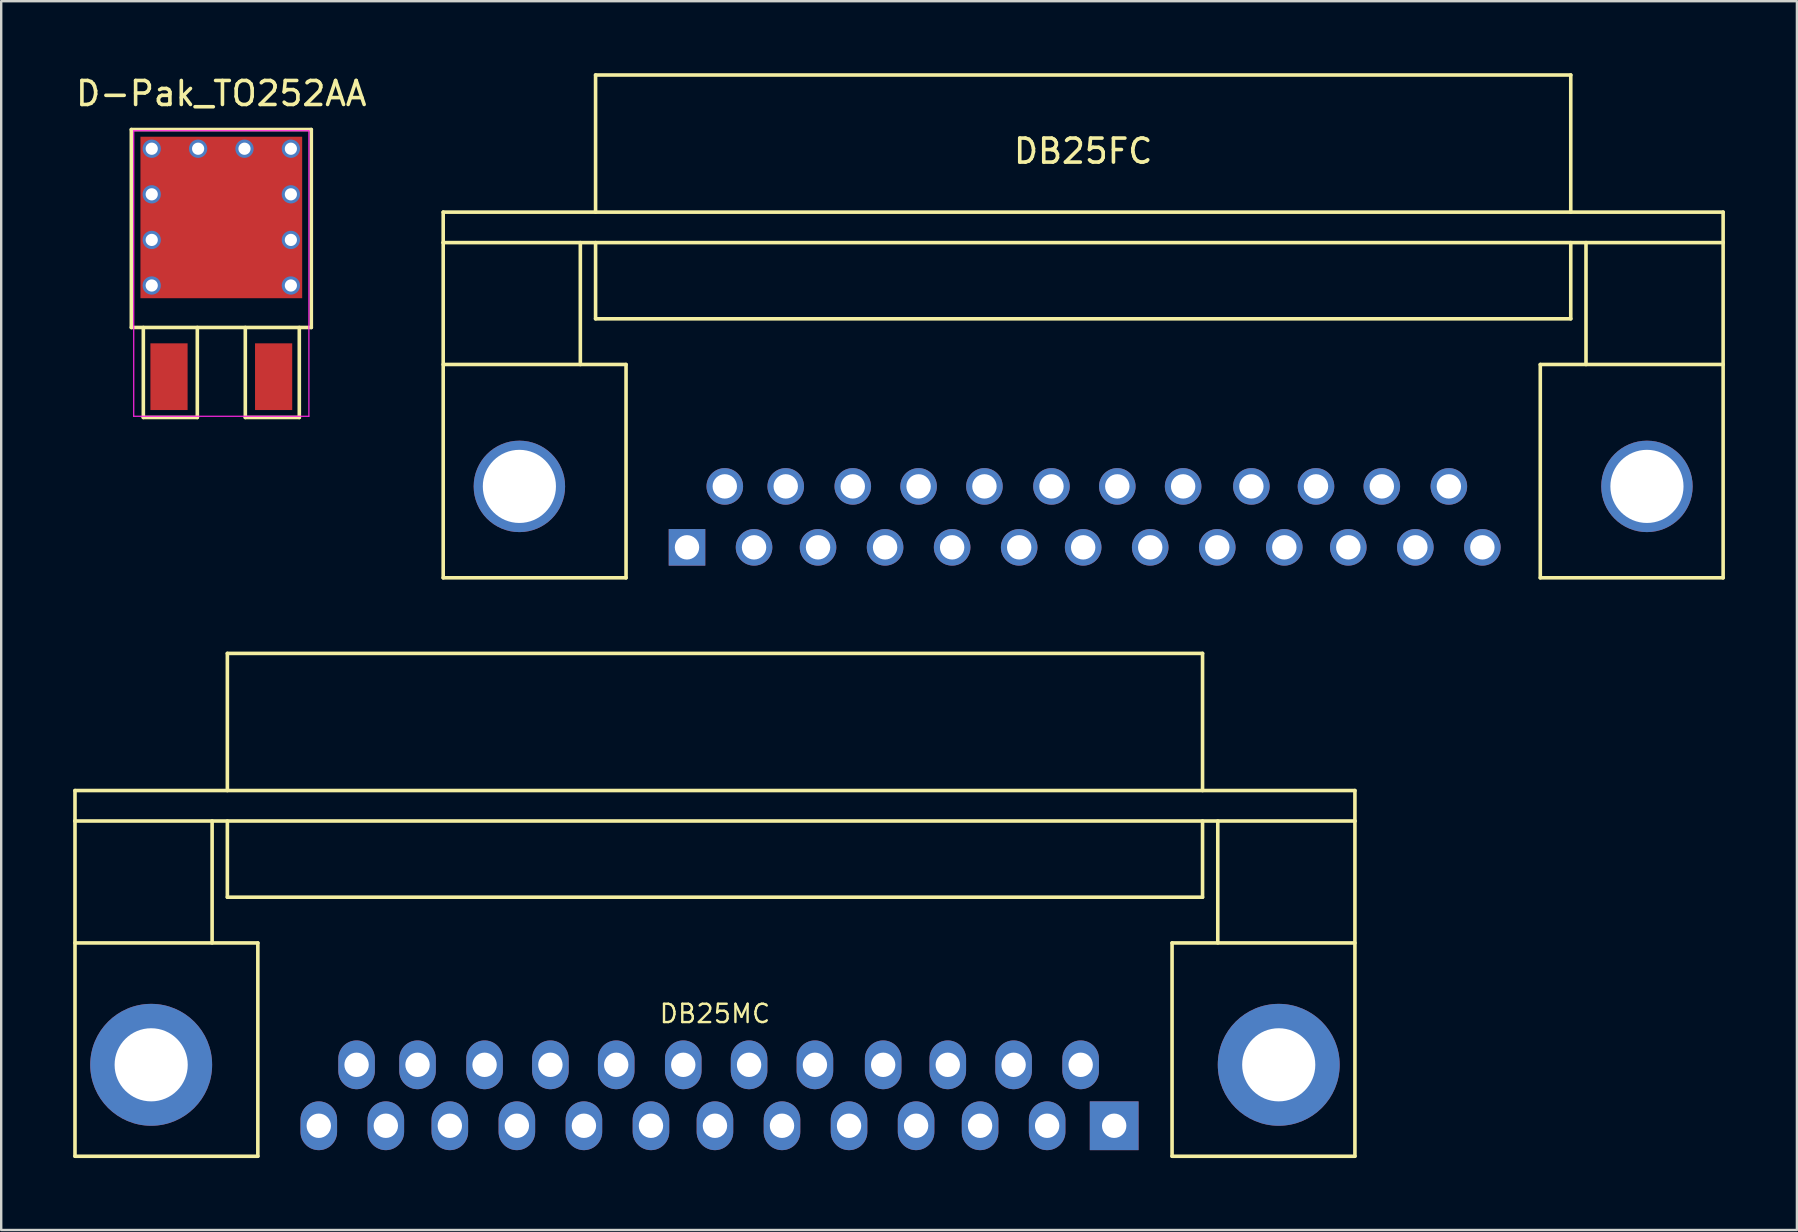
<source format=kicad_pcb>
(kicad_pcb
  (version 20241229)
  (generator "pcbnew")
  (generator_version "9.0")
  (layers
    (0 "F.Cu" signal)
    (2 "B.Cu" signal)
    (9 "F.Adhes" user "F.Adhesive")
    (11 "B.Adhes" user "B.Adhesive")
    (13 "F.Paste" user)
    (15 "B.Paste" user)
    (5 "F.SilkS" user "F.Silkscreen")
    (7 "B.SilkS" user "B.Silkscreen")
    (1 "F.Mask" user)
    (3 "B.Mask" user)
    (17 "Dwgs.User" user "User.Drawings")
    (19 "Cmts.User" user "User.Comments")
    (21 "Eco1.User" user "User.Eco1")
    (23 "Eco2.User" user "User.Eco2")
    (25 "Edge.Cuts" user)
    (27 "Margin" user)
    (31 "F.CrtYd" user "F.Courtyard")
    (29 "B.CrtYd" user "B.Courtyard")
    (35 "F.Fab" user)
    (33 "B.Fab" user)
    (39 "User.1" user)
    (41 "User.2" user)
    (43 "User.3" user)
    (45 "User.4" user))
  (footprint "DB25MC"
    (layer "F.Cu")
    (at 26.745 42.595)
    (property "Reference" "DB25MC" (at 0 -3.4 0) (layer "F.SilkS") (effects (font (size 0.762 0.762) (thickness 0.1))))
    (attr through_hole)
    (fp_line (start -26.67 -12.7) (end -26.67 -11.43) (stroke (width 0.15) (type solid)) (layer "F.SilkS"))
    (fp_line (start -26.67 -11.43) (end 26.67 -11.43) (stroke (width 0.15) (type solid)) (layer "F.SilkS"))
    (fp_line (start -26.67 -6.35) (end -19.05 -6.35) (stroke (width 0.15) (type solid)) (layer "F.SilkS"))
    (fp_line (start -26.67 2.54) (end -26.67 -11.43) (stroke (width 0.15) (type solid)) (layer "F.SilkS"))
    (fp_line (start -26.67 2.54) (end -19.05 2.54) (stroke (width 0.15) (type solid)) (layer "F.SilkS"))
    (fp_line (start -20.955 -11.43) (end -20.955 -6.35) (stroke (width 0.15) (type solid)) (layer "F.SilkS"))
    (fp_line (start -20.32 -18.415) (end -20.32 -12.7) (stroke (width 0.15) (type solid)) (layer "F.SilkS"))
    (fp_line (start -20.32 -18.415) (end 20.32 -18.415) (stroke (width 0.15) (type solid)) (layer "F.SilkS"))
    (fp_line (start -20.32 -8.255) (end -20.32 -11.43) (stroke (width 0.15) (type solid)) (layer "F.SilkS"))
    (fp_line (start -20.32 -8.255) (end 20.32 -8.255) (stroke (width 0.15) (type solid)) (layer "F.SilkS"))
    (fp_line (start -19.05 -6.35) (end -19.05 2.54) (stroke (width 0.15) (type solid)) (layer "F.SilkS"))
    (fp_line (start 19.05 -6.35) (end 19.05 2.54) (stroke (width 0.15) (type solid)) (layer "F.SilkS"))
    (fp_line (start 19.05 2.54) (end 26.67 2.54) (stroke (width 0.15) (type solid)) (layer "F.SilkS"))
    (fp_line (start 20.32 -18.415) (end 20.32 -12.7) (stroke (width 0.15) (type solid)) (layer "F.SilkS"))
    (fp_line (start 20.32 -8.255) (end 20.32 -11.43) (stroke (width 0.15) (type solid)) (layer "F.SilkS"))
    (fp_line (start 20.955 -11.43) (end 20.955 -6.35) (stroke (width 0.15) (type solid)) (layer "F.SilkS"))
    (fp_line (start 26.67 -12.7) (end -26.67 -12.7) (stroke (width 0.15) (type solid)) (layer "F.SilkS"))
    (fp_line (start 26.67 -11.43) (end 26.67 -12.7) (stroke (width 0.15) (type solid)) (layer "F.SilkS"))
    (fp_line (start 26.67 -11.43) (end 26.67 2.54) (stroke (width 0.15) (type solid)) (layer "F.SilkS"))
    (fp_line (start 26.67 -6.35) (end 19.05 -6.35) (stroke (width 0.15) (type solid)) (layer "F.SilkS"))
    (pad "0" thru_hole circle (at -23.495 -1.27) (size 5.08 5.08) (drill 3.048) (layers "*.Cu" "*.Mask"))
    (pad "0" thru_hole circle (at 23.495 -1.27) (size 5.08 5.08) (drill 3.048) (layers "*.Cu" "*.Mask"))
    (pad "1" thru_hole rect (at 16.637 1.27) (size 2.032 2.032) (drill 1.016) (layers "*.Cu" "*.Mask"))
    (pad "2" thru_hole oval (at 13.843 1.27) (size 1.524 2.032) (drill 1.016) (layers "*.Cu" "*.Mask"))
    (pad "3" thru_hole oval (at 11.049 1.27) (size 1.524 2.032) (drill 1.016) (layers "*.Cu" "*.Mask"))
    (pad "4" thru_hole oval (at 8.382 1.27) (size 1.524 2.032) (drill 1.016) (layers "*.Cu" "*.Mask"))
    (pad "5" thru_hole oval (at 5.588 1.27) (size 1.524 2.032) (drill 1.016) (layers "*.Cu" "*.Mask"))
    (pad "6" thru_hole oval (at 2.794 1.27) (size 1.524 2.032) (drill 1.016) (layers "*.Cu" "*.Mask"))
    (pad "7" thru_hole oval (at 0 1.27) (size 1.524 2.032) (drill 1.016) (layers "*.Cu" "*.Mask"))
    (pad "8" thru_hole oval (at -2.667 1.27) (size 1.524 2.032) (drill 1.016) (layers "*.Cu" "*.Mask"))
    (pad "9" thru_hole oval (at -5.461 1.27) (size 1.524 2.032) (drill 1.016) (layers "*.Cu" "*.Mask"))
    (pad "10" thru_hole oval (at -8.255 1.27) (size 1.524 2.032) (drill 1.016) (layers "*.Cu" "*.Mask"))
    (pad "11" thru_hole oval (at -11.049 1.27) (size 1.524 2.032) (drill 1.016) (layers "*.Cu" "*.Mask"))
    (pad "12" thru_hole oval (at -13.716 1.27) (size 1.524 2.032) (drill 1.016) (layers "*.Cu" "*.Mask"))
    (pad "13" thru_hole oval (at -16.51 1.27) (size 1.524 2.032) (drill 1.016) (layers "*.Cu" "*.Mask"))
    (pad "14" thru_hole oval (at 15.24 -1.27) (size 1.524 2.032) (drill 1.016) (layers "*.Cu" "*.Mask"))
    (pad "15" thru_hole oval (at 12.446 -1.27) (size 1.524 2.032) (drill 1.016) (layers "*.Cu" "*.Mask"))
    (pad "16" thru_hole oval (at 9.703 -1.27) (size 1.524 2.032) (drill 1.016) (layers "*.Cu" "*.Mask"))
    (pad "17" thru_hole oval (at 7.01 -1.27) (size 1.524 2.032) (drill 1.016) (layers "*.Cu" "*.Mask"))
    (pad "18" thru_hole oval (at 4.166 -1.27) (size 1.524 2.032) (drill 1.016) (layers "*.Cu" "*.Mask"))
    (pad "19" thru_hole oval (at 1.422 -1.27) (size 1.524 2.032) (drill 1.016) (layers "*.Cu" "*.Mask"))
    (pad "20" thru_hole oval (at -1.321 -1.27) (size 1.524 2.032) (drill 1.016) (layers "*.Cu" "*.Mask"))
    (pad "21" thru_hole oval (at -4.115 -1.27) (size 1.524 2.032) (drill 1.016) (layers "*.Cu" "*.Mask"))
    (pad "22" thru_hole oval (at -6.858 -1.27) (size 1.524 2.032) (drill 1.016) (layers "*.Cu" "*.Mask"))
    (pad "23" thru_hole oval (at -9.601 -1.27) (size 1.524 2.032) (drill 1.016) (layers "*.Cu" "*.Mask"))
    (pad "24" thru_hole oval (at -12.395 -1.27) (size 1.524 2.032) (drill 1.016) (layers "*.Cu" "*.Mask"))
    (pad "25" thru_hole oval (at -14.935 -1.27) (size 1.524 2.032) (drill 1.016) (layers "*.Cu" "*.Mask")))
  (footprint "D-Pak_TO252AA"
    (layer "F.Cu")
    (at 6.173 8.348)
    (property "Reference" "D-Pak_TO252AA" (at 0 -7.5 0) (layer "F.SilkS") (effects (font (size 1 1) (thickness 0.15))))
    (attr smd)
    (fp_line (start -3.75 -6) (end 3.75 -6) (stroke (width 0.15) (type solid)) (layer "F.SilkS"))
    (fp_line (start -3.75 2.25) (end -3.75 -6) (stroke (width 0.15) (type solid)) (layer "F.SilkS"))
    (fp_line (start -3.25 2.25) (end -3.25 6) (stroke (width 0.15) (type solid)) (layer "F.SilkS"))
    (fp_line (start -3.25 6) (end -1 6) (stroke (width 0.15) (type solid)) (layer "F.SilkS"))
    (fp_line (start -1 6) (end -1 2.25) (stroke (width 0.15) (type solid)) (layer "F.SilkS"))
    (fp_line (start 1 2.25) (end 1 6) (stroke (width 0.15) (type solid)) (layer "F.SilkS"))
    (fp_line (start 1 6) (end 3.25 6) (stroke (width 0.15) (type solid)) (layer "F.SilkS"))
    (fp_line (start 3.25 6) (end 3.25 2.25) (stroke (width 0.15) (type solid)) (layer "F.SilkS"))
    (fp_line (start 3.75 -6) (end 3.75 2.25) (stroke (width 0.15) (type solid)) (layer "F.SilkS"))
    (fp_line (start 3.75 2.25) (end -3.75 2.25) (stroke (width 0.15) (type solid)) (layer "F.SilkS"))
    (fp_line (start -3.65 -5.95) (end 3.65 -5.95) (stroke (width 0.05) (type solid)) (layer "F.CrtYd"))
    (fp_line (start -3.65 5.95) (end -3.65 -5.95) (stroke (width 0.05) (type solid)) (layer "F.CrtYd"))
    (fp_line (start 3.65 -5.95) (end 3.65 5.95) (stroke (width 0.05) (type solid)) (layer "F.CrtYd"))
    (fp_line (start 3.65 5.95) (end -3.65 5.95) (stroke (width 0.05) (type solid)) (layer "F.CrtYd"))
    (pad "" smd rect (at -1.4 -3.8) (size 2 2) (layers "F.Paste"))
    (pad "" smd rect (at -1.4 -1) (size 2 2) (layers "F.Paste"))
    (pad "" smd rect (at 1.4 -3.8) (size 2 2) (layers "F.Paste"))
    (pad "" smd rect (at 1.4 -1) (size 2 2) (layers "F.Paste"))
    (pad "1" smd rect (at -2.18 4.3) (size 1.55 2.78) (layers "F.Cu" "F.Mask" "F.Paste"))
    (pad "2" thru_hole circle (at -2.9 -5.2) (size 0.762 0.762) (drill 0.508) (layers "*.Cu" "*.Mask"))
    (pad "2" thru_hole circle (at -2.9 -3.3) (size 0.762 0.762) (drill 0.508) (layers "*.Cu" "*.Mask"))
    (pad "2" thru_hole circle (at -2.9 -1.4) (size 0.762 0.762) (drill 0.508) (layers "*.Cu" "*.Mask"))
    (pad "2" thru_hole circle (at -2.9 0.5) (size 0.762 0.762) (drill 0.508) (layers "*.Cu" "*.Mask"))
    (pad "2" thru_hole circle (at -0.967 -5.2) (size 0.762 0.762) (drill 0.508) (layers "*.Cu" "*.Mask"))
    (pad "2" smd rect (at 0 -2.335) (size 6.74 6.73) (layers "F.Cu" "F.Mask"))
    (pad "2" thru_hole circle (at 0.966 -5.2) (size 0.762 0.762) (drill 0.508) (layers "*.Cu" "*.Mask"))
    (pad "2" thru_hole circle (at 2.899 -5.2) (size 0.762 0.762) (drill 0.508) (layers "*.Cu" "*.Mask"))
    (pad "2" thru_hole circle (at 2.899 -3.3) (size 0.762 0.762) (drill 0.508) (layers "*.Cu" "*.Mask"))
    (pad "2" thru_hole circle (at 2.899 -1.4) (size 0.762 0.762) (drill 0.508) (layers "*.Cu" "*.Mask"))
    (pad "2" thru_hole circle (at 2.899 0.5) (size 0.762 0.762) (drill 0.508) (layers "*.Cu" "*.Mask"))
    (pad "3" smd rect (at 2.18 4.3) (size 1.55 2.78) (layers "F.Cu" "F.Mask" "F.Paste")))
  (footprint "DB25FC"
    (layer "F.Cu")
    (at 42.09 18.49)
    (property "Reference" "DB25FC" (at 0 -15.24 0) (layer "F.SilkS") (effects (font (size 1 1) (thickness 0.15))))
    (attr through_hole)
    (fp_line (start -26.67 -12.7) (end -26.67 -11.43) (stroke (width 0.15) (type solid)) (layer "F.SilkS"))
    (fp_line (start -26.67 -11.43) (end 26.67 -11.43) (stroke (width 0.15) (type solid)) (layer "F.SilkS"))
    (fp_line (start -26.67 -6.35) (end -19.05 -6.35) (stroke (width 0.15) (type solid)) (layer "F.SilkS"))
    (fp_line (start -26.67 2.54) (end -26.67 -11.43) (stroke (width 0.15) (type solid)) (layer "F.SilkS"))
    (fp_line (start -26.67 2.54) (end -19.05 2.54) (stroke (width 0.15) (type solid)) (layer "F.SilkS"))
    (fp_line (start -20.955 -11.43) (end -20.955 -6.35) (stroke (width 0.15) (type solid)) (layer "F.SilkS"))
    (fp_line (start -20.32 -18.415) (end -20.32 -12.7) (stroke (width 0.15) (type solid)) (layer "F.SilkS"))
    (fp_line (start -20.32 -18.415) (end 20.32 -18.415) (stroke (width 0.15) (type solid)) (layer "F.SilkS"))
    (fp_line (start -20.32 -8.255) (end -20.32 -11.43) (stroke (width 0.15) (type solid)) (layer "F.SilkS"))
    (fp_line (start -20.32 -8.255) (end 20.32 -8.255) (stroke (width 0.15) (type solid)) (layer "F.SilkS"))
    (fp_line (start -19.05 -6.35) (end -19.05 2.54) (stroke (width 0.15) (type solid)) (layer "F.SilkS"))
    (fp_line (start 19.05 -6.35) (end 19.05 2.54) (stroke (width 0.15) (type solid)) (layer "F.SilkS"))
    (fp_line (start 19.05 2.54) (end 26.67 2.54) (stroke (width 0.15) (type solid)) (layer "F.SilkS"))
    (fp_line (start 20.32 -18.415) (end 20.32 -12.7) (stroke (width 0.15) (type solid)) (layer "F.SilkS"))
    (fp_line (start 20.32 -8.255) (end 20.32 -11.43) (stroke (width 0.15) (type solid)) (layer "F.SilkS"))
    (fp_line (start 20.955 -11.43) (end 20.955 -6.35) (stroke (width 0.15) (type solid)) (layer "F.SilkS"))
    (fp_line (start 26.67 -12.7) (end -26.67 -12.7) (stroke (width 0.15) (type solid)) (layer "F.SilkS"))
    (fp_line (start 26.67 -11.43) (end 26.67 -12.7) (stroke (width 0.15) (type solid)) (layer "F.SilkS"))
    (fp_line (start 26.67 -11.43) (end 26.67 2.54) (stroke (width 0.15) (type solid)) (layer "F.SilkS"))
    (fp_line (start 26.67 -6.35) (end 19.05 -6.35) (stroke (width 0.15) (type solid)) (layer "F.SilkS"))
    (pad "0" thru_hole circle (at -23.495 -1.27) (size 3.81 3.81) (drill 3.048) (layers "*.Cu" "*.Mask"))
    (pad "0" thru_hole circle (at 23.495 -1.27) (size 3.81 3.81) (drill 3.048) (layers "*.Cu" "*.Mask"))
    (pad "1" thru_hole rect (at -16.51 1.27) (size 1.524 1.524) (drill 1.016) (layers "*.Cu" "*.Mask"))
    (pad "2" thru_hole circle (at -13.716 1.27) (size 1.524 1.524) (drill 1.016) (layers "*.Cu" "*.Mask"))
    (pad "3" thru_hole circle (at -11.049 1.27) (size 1.524 1.524) (drill 1.016) (layers "*.Cu" "*.Mask"))
    (pad "4" thru_hole circle (at -8.255 1.27) (size 1.524 1.524) (drill 1.016) (layers "*.Cu" "*.Mask"))
    (pad "5" thru_hole circle (at -5.461 1.27) (size 1.524 1.524) (drill 1.016) (layers "*.Cu" "*.Mask"))
    (pad "6" thru_hole circle (at -2.667 1.27) (size 1.524 1.524) (drill 1.016) (layers "*.Cu" "*.Mask"))
    (pad "7" thru_hole circle (at 0 1.27) (size 1.524 1.524) (drill 1.016) (layers "*.Cu" "*.Mask"))
    (pad "8" thru_hole circle (at 2.794 1.27) (size 1.524 1.524) (drill 1.016) (layers "*.Cu" "*.Mask"))
    (pad "9" thru_hole circle (at 5.588 1.27) (size 1.524 1.524) (drill 1.016) (layers "*.Cu" "*.Mask"))
    (pad "10" thru_hole circle (at 8.382 1.27) (size 1.524 1.524) (drill 1.016) (layers "*.Cu" "*.Mask"))
    (pad "11" thru_hole circle (at 11.049 1.27) (size 1.524 1.524) (drill 1.016) (layers "*.Cu" "*.Mask"))
    (pad "12" thru_hole circle (at 13.843 1.27) (size 1.524 1.524) (drill 1.016) (layers "*.Cu" "*.Mask"))
    (pad "13" thru_hole circle (at 16.637 1.27) (size 1.524 1.524) (drill 1.016) (layers "*.Cu" "*.Mask"))
    (pad "14" thru_hole circle (at -14.935 -1.27) (size 1.524 1.524) (drill 1.016) (layers "*.Cu" "*.Mask"))
    (pad "15" thru_hole circle (at -12.395 -1.27) (size 1.524 1.524) (drill 1.016) (layers "*.Cu" "*.Mask"))
    (pad "16" thru_hole circle (at -9.601 -1.27) (size 1.524 1.524) (drill 1.016) (layers "*.Cu" "*.Mask"))
    (pad "17" thru_hole circle (at -6.858 -1.27) (size 1.524 1.524) (drill 1.016) (layers "*.Cu" "*.Mask"))
    (pad "18" thru_hole circle (at -4.115 -1.27) (size 1.524 1.524) (drill 1.016) (layers "*.Cu" "*.Mask"))
    (pad "19" thru_hole circle (at -1.321 -1.27) (size 1.524 1.524) (drill 1.016) (layers "*.Cu" "*.Mask"))
    (pad "20" thru_hole circle (at 1.422 -1.27) (size 1.524 1.524) (drill 1.016) (layers "*.Cu" "*.Mask"))
    (pad "21" thru_hole circle (at 4.166 -1.27) (size 1.524 1.524) (drill 1.016) (layers "*.Cu" "*.Mask"))
    (pad "22" thru_hole circle (at 7.01 -1.27) (size 1.524 1.524) (drill 1.016) (layers "*.Cu" "*.Mask"))
    (pad "23" thru_hole circle (at 9.703 -1.27) (size 1.524 1.524) (drill 1.016) (layers "*.Cu" "*.Mask"))
    (pad "24" thru_hole circle (at 12.446 -1.27) (size 1.524 1.524) (drill 1.016) (layers "*.Cu" "*.Mask"))
    (pad "25" thru_hole circle (at 15.24 -1.27) (size 1.524 1.524) (drill 1.016) (layers "*.Cu" "*.Mask")))
  (gr_rect
    (start -3 -3)
    (end 71.835 48.21)
    (stroke (width 0.1) (type default))
    (fill no)
    (layer "Edge.Cuts")))
</source>
